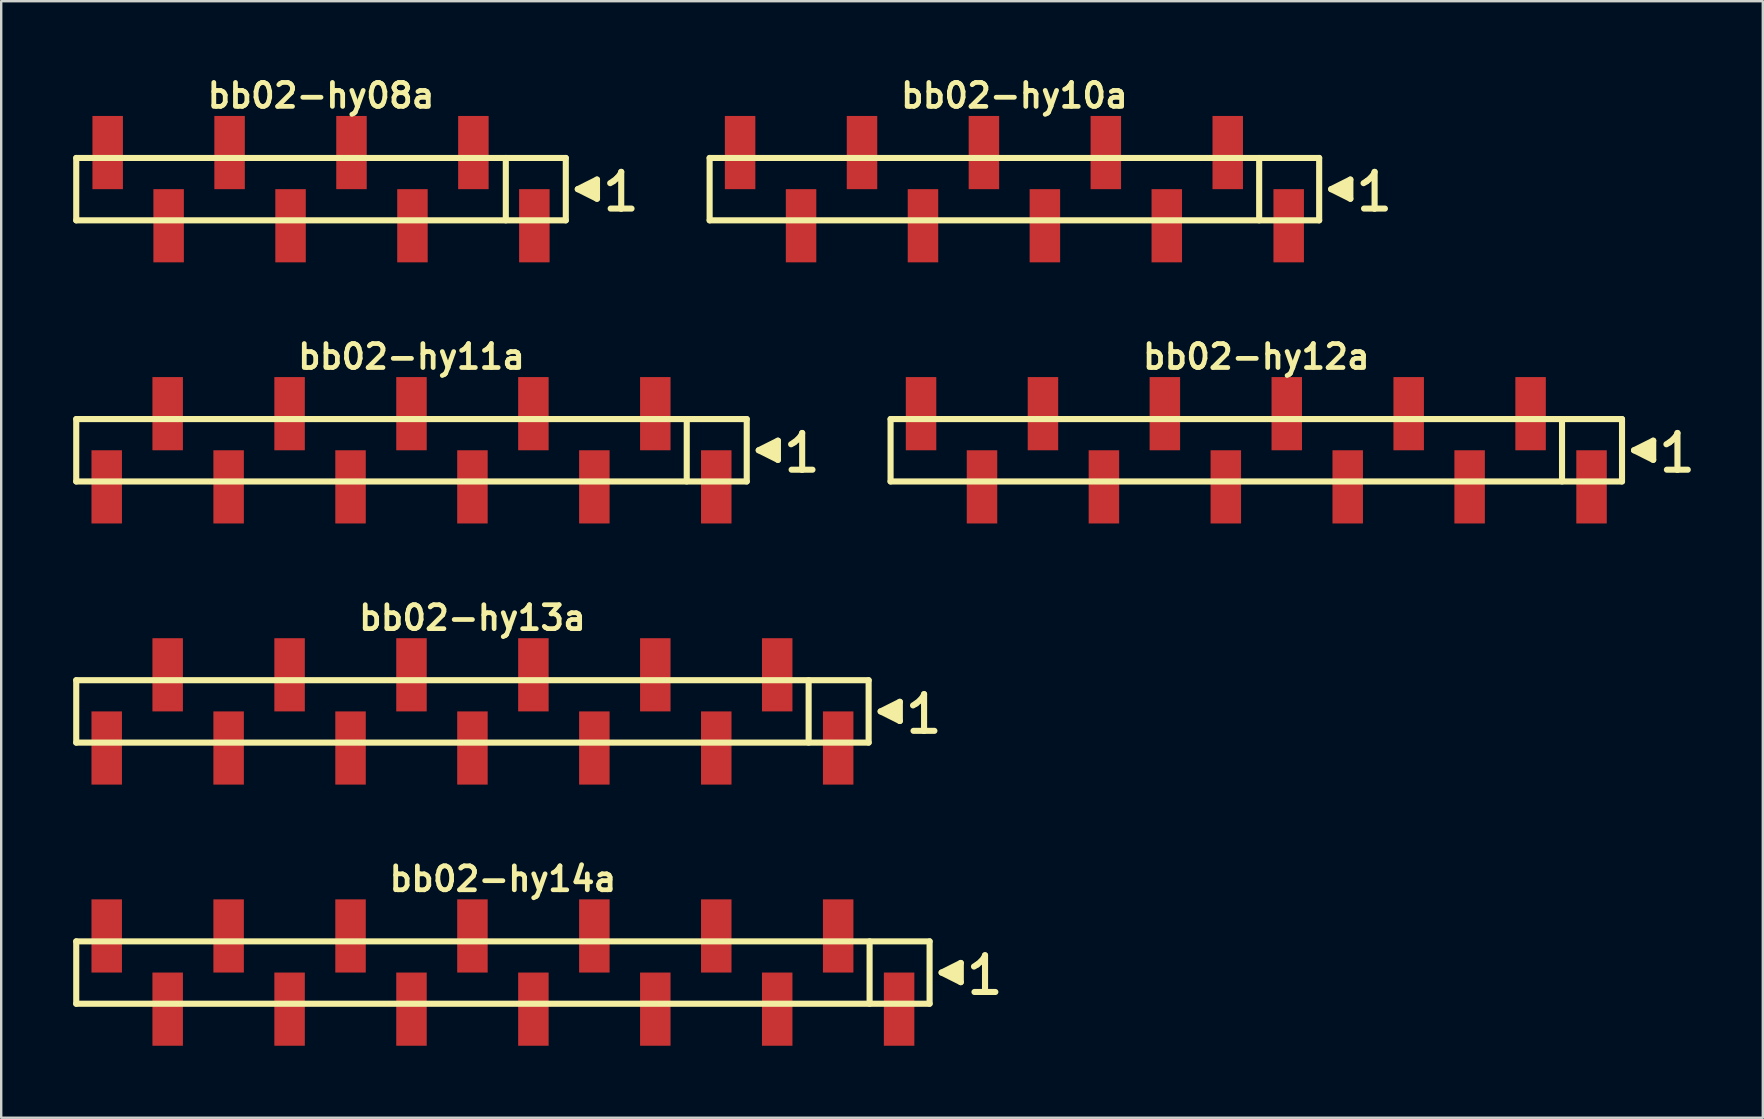
<source format=kicad_pcb>
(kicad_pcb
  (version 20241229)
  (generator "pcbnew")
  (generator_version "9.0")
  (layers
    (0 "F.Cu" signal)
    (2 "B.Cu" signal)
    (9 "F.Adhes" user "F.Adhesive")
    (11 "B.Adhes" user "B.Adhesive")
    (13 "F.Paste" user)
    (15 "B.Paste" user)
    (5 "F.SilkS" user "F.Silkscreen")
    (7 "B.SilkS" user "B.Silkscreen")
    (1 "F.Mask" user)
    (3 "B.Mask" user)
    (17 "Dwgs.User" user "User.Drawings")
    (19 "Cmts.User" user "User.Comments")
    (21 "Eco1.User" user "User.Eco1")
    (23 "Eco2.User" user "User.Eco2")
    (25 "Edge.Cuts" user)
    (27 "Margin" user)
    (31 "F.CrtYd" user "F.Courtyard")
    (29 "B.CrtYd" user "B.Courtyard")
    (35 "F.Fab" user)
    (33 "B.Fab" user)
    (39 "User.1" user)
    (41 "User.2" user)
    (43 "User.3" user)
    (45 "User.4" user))
  (footprint "bb02-hy10a"
    (layer "F.Cu")
    (at 39.221 4.832)
    (property "Reference" "bb02-hy10a" (at 0 -3.9 0) (layer "F.SilkS") (effects (font (size 0.998 0.998) (thickness 0.198))))
    (attr through_hole)
    (fp_line (start -12.7 -1.3) (end 12.7 -1.3) (stroke (width 0.254) (type solid)) (layer "F.SilkS"))
    (fp_line (start -12.7 1.3) (end -12.7 -1.3) (stroke (width 0.254) (type solid)) (layer "F.SilkS"))
    (fp_line (start 10.2 1.3) (end 10.2 -1.3) (stroke (width 0.254) (type solid)) (layer "F.SilkS"))
    (fp_line (start 12.7 -1.3) (end 12.7 1.3) (stroke (width 0.254) (type solid)) (layer "F.SilkS"))
    (fp_line (start 12.7 1.3) (end -12.7 1.3) (stroke (width 0.254) (type solid)) (layer "F.SilkS"))
    (fp_line (start 13.2 0) (end 14 0.4) (stroke (width 0.254) (type solid)) (layer "F.SilkS"))
    (fp_line (start 13.5 0.1) (end 13.5 -0.1) (stroke (width 0.254) (type solid)) (layer "F.SilkS"))
    (fp_line (start 13.6 -0.1) (end 13.6 0.1) (stroke (width 0.254) (type solid)) (layer "F.SilkS"))
    (fp_line (start 13.7 0.2) (end 13.7 -0.2) (stroke (width 0.254) (type solid)) (layer "F.SilkS"))
    (fp_line (start 13.8 -0.2) (end 13.8 0.2) (stroke (width 0.254) (type solid)) (layer "F.SilkS"))
    (fp_line (start 13.9 0.3) (end 13.9 -0.3) (stroke (width 0.254) (type solid)) (layer "F.SilkS"))
    (fp_line (start 14 -0.4) (end 13.2 0) (stroke (width 0.254) (type solid)) (layer "F.SilkS"))
    (fp_line (start 14 0.4) (end 14 -0.4) (stroke (width 0.254) (type solid)) (layer "F.SilkS"))
    (fp_line (start 14.55 -0.25) (end 14.68 -0.33) (stroke (width 0.254) (type solid)) (layer "F.SilkS"))
    (fp_line (start 14.68 -0.33) (end 14.84 -0.46) (stroke (width 0.254) (type solid)) (layer "F.SilkS"))
    (fp_line (start 14.84 -0.46) (end 14.98 -0.63) (stroke (width 0.254) (type solid)) (layer "F.SilkS"))
    (fp_line (start 14.98 -0.63) (end 15.01 -0.72) (stroke (width 0.254) (type solid)) (layer "F.SilkS"))
    (fp_line (start 15.01 -0.72) (end 15.01 0.81) (stroke (width 0.254) (type solid)) (layer "F.SilkS"))
    (fp_line (start 15.01 0.81) (end 14.57 0.81) (stroke (width 0.254) (type solid)) (layer "F.SilkS"))
    (fp_line (start 15.44 0.81) (end 15 0.81) (stroke (width 0.254) (type solid)) (layer "F.SilkS"))
    (pad "1" smd rect (at 11.43 1.525) (size 1.27 3.05) (layers "F.Cu" "F.Mask" "F.Paste"))
    (pad "2" smd rect (at 8.89 -1.525) (size 1.27 3.05) (layers "F.Cu" "F.Mask" "F.Paste"))
    (pad "3" smd rect (at 6.35 1.525) (size 1.27 3.05) (layers "F.Cu" "F.Mask" "F.Paste"))
    (pad "4" smd rect (at 3.81 -1.525) (size 1.27 3.05) (layers "F.Cu" "F.Mask" "F.Paste"))
    (pad "5" smd rect (at 1.27 1.525) (size 1.27 3.05) (layers "F.Cu" "F.Mask" "F.Paste"))
    (pad "6" smd rect (at -1.27 -1.525) (size 1.27 3.05) (layers "F.Cu" "F.Mask" "F.Paste"))
    (pad "7" smd rect (at -3.81 1.525) (size 1.27 3.05) (layers "F.Cu" "F.Mask" "F.Paste"))
    (pad "8" smd rect (at -6.35 -1.525) (size 1.27 3.05) (layers "F.Cu" "F.Mask" "F.Paste"))
    (pad "9" smd rect (at -8.89 1.525) (size 1.27 3.05) (layers "F.Cu" "F.Mask" "F.Paste"))
    (pad "10" smd rect (at -11.43 -1.525) (size 1.27 3.05) (layers "F.Cu" "F.Mask" "F.Paste")))
  (footprint "bb02-hy11a"
    (layer "F.Cu")
    (at 14.097 15.713)
    (property "Reference" "bb02-hy11a" (at 0 -3.9 0) (layer "F.SilkS") (effects (font (size 0.998 0.998) (thickness 0.198))))
    (attr through_hole)
    (fp_line (start -13.97 -1.3) (end 13.97 -1.3) (stroke (width 0.254) (type solid)) (layer "F.SilkS"))
    (fp_line (start -13.97 1.3) (end -13.97 -1.3) (stroke (width 0.254) (type solid)) (layer "F.SilkS"))
    (fp_line (start 11.47 1.3) (end 11.47 -1.3) (stroke (width 0.254) (type solid)) (layer "F.SilkS"))
    (fp_line (start 13.97 -1.3) (end 13.97 1.3) (stroke (width 0.254) (type solid)) (layer "F.SilkS"))
    (fp_line (start 13.97 1.3) (end -13.97 1.3) (stroke (width 0.254) (type solid)) (layer "F.SilkS"))
    (fp_line (start 14.47 0) (end 15.27 0.4) (stroke (width 0.254) (type solid)) (layer "F.SilkS"))
    (fp_line (start 14.77 0.1) (end 14.77 -0.1) (stroke (width 0.254) (type solid)) (layer "F.SilkS"))
    (fp_line (start 14.87 -0.1) (end 14.87 0.1) (stroke (width 0.254) (type solid)) (layer "F.SilkS"))
    (fp_line (start 14.97 0.2) (end 14.97 -0.2) (stroke (width 0.254) (type solid)) (layer "F.SilkS"))
    (fp_line (start 15.07 -0.2) (end 15.07 0.2) (stroke (width 0.254) (type solid)) (layer "F.SilkS"))
    (fp_line (start 15.17 0.3) (end 15.17 -0.3) (stroke (width 0.254) (type solid)) (layer "F.SilkS"))
    (fp_line (start 15.27 -0.4) (end 14.47 0) (stroke (width 0.254) (type solid)) (layer "F.SilkS"))
    (fp_line (start 15.27 0.4) (end 15.27 -0.4) (stroke (width 0.254) (type solid)) (layer "F.SilkS"))
    (fp_line (start 15.82 -0.25) (end 15.95 -0.33) (stroke (width 0.254) (type solid)) (layer "F.SilkS"))
    (fp_line (start 15.95 -0.33) (end 16.11 -0.46) (stroke (width 0.254) (type solid)) (layer "F.SilkS"))
    (fp_line (start 16.11 -0.46) (end 16.25 -0.63) (stroke (width 0.254) (type solid)) (layer "F.SilkS"))
    (fp_line (start 16.25 -0.63) (end 16.28 -0.72) (stroke (width 0.254) (type solid)) (layer "F.SilkS"))
    (fp_line (start 16.28 -0.72) (end 16.28 0.81) (stroke (width 0.254) (type solid)) (layer "F.SilkS"))
    (fp_line (start 16.28 0.81) (end 15.84 0.81) (stroke (width 0.254) (type solid)) (layer "F.SilkS"))
    (fp_line (start 16.71 0.81) (end 16.27 0.81) (stroke (width 0.254) (type solid)) (layer "F.SilkS"))
    (pad "1" smd rect (at 12.7 1.525) (size 1.27 3.05) (layers "F.Cu" "F.Mask" "F.Paste"))
    (pad "2" smd rect (at 10.16 -1.525) (size 1.27 3.05) (layers "F.Cu" "F.Mask" "F.Paste"))
    (pad "3" smd rect (at 7.62 1.525) (size 1.27 3.05) (layers "F.Cu" "F.Mask" "F.Paste"))
    (pad "4" smd rect (at 5.08 -1.525) (size 1.27 3.05) (layers "F.Cu" "F.Mask" "F.Paste"))
    (pad "5" smd rect (at 2.54 1.525) (size 1.27 3.05) (layers "F.Cu" "F.Mask" "F.Paste"))
    (pad "6" smd rect (at 0 -1.525) (size 1.27 3.05) (layers "F.Cu" "F.Mask" "F.Paste"))
    (pad "7" smd rect (at -2.54 1.525) (size 1.27 3.05) (layers "F.Cu" "F.Mask" "F.Paste"))
    (pad "8" smd rect (at -5.08 -1.525) (size 1.27 3.05) (layers "F.Cu" "F.Mask" "F.Paste"))
    (pad "9" smd rect (at -7.62 1.525) (size 1.27 3.05) (layers "F.Cu" "F.Mask" "F.Paste"))
    (pad "10" smd rect (at -10.16 -1.525) (size 1.27 3.05) (layers "F.Cu" "F.Mask" "F.Paste"))
    (pad "11" smd rect (at -12.7 1.525) (size 1.27 3.05) (layers "F.Cu" "F.Mask" "F.Paste")))
  (footprint "bb02-hy13a"
    (layer "F.Cu")
    (at 16.637 26.595)
    (property "Reference" "bb02-hy13a" (at 0 -3.9 0) (layer "F.SilkS") (effects (font (size 0.998 0.998) (thickness 0.198))))
    (attr through_hole)
    (fp_line (start -16.51 -1.3) (end 16.51 -1.3) (stroke (width 0.254) (type solid)) (layer "F.SilkS"))
    (fp_line (start -16.51 1.3) (end -16.51 -1.3) (stroke (width 0.254) (type solid)) (layer "F.SilkS"))
    (fp_line (start 14.01 1.3) (end 14.01 -1.3) (stroke (width 0.254) (type solid)) (layer "F.SilkS"))
    (fp_line (start 16.51 -1.3) (end 16.51 1.3) (stroke (width 0.254) (type solid)) (layer "F.SilkS"))
    (fp_line (start 16.51 1.3) (end -16.51 1.3) (stroke (width 0.254) (type solid)) (layer "F.SilkS"))
    (fp_line (start 17.01 0) (end 17.81 0.4) (stroke (width 0.254) (type solid)) (layer "F.SilkS"))
    (fp_line (start 17.31 0.1) (end 17.31 -0.1) (stroke (width 0.254) (type solid)) (layer "F.SilkS"))
    (fp_line (start 17.41 -0.1) (end 17.41 0.1) (stroke (width 0.254) (type solid)) (layer "F.SilkS"))
    (fp_line (start 17.51 0.2) (end 17.51 -0.2) (stroke (width 0.254) (type solid)) (layer "F.SilkS"))
    (fp_line (start 17.61 -0.2) (end 17.61 0.2) (stroke (width 0.254) (type solid)) (layer "F.SilkS"))
    (fp_line (start 17.71 0.3) (end 17.71 -0.3) (stroke (width 0.254) (type solid)) (layer "F.SilkS"))
    (fp_line (start 17.81 -0.4) (end 17.01 0) (stroke (width 0.254) (type solid)) (layer "F.SilkS"))
    (fp_line (start 17.81 0.4) (end 17.81 -0.4) (stroke (width 0.254) (type solid)) (layer "F.SilkS"))
    (fp_line (start 18.36 -0.25) (end 18.49 -0.33) (stroke (width 0.254) (type solid)) (layer "F.SilkS"))
    (fp_line (start 18.49 -0.33) (end 18.65 -0.46) (stroke (width 0.254) (type solid)) (layer "F.SilkS"))
    (fp_line (start 18.65 -0.46) (end 18.79 -0.63) (stroke (width 0.254) (type solid)) (layer "F.SilkS"))
    (fp_line (start 18.79 -0.63) (end 18.82 -0.72) (stroke (width 0.254) (type solid)) (layer "F.SilkS"))
    (fp_line (start 18.82 -0.72) (end 18.82 0.81) (stroke (width 0.254) (type solid)) (layer "F.SilkS"))
    (fp_line (start 18.82 0.81) (end 18.38 0.81) (stroke (width 0.254) (type solid)) (layer "F.SilkS"))
    (fp_line (start 19.25 0.81) (end 18.81 0.81) (stroke (width 0.254) (type solid)) (layer "F.SilkS"))
    (pad "1" smd rect (at 15.24 1.525) (size 1.27 3.05) (layers "F.Cu" "F.Mask" "F.Paste"))
    (pad "2" smd rect (at 12.7 -1.525) (size 1.27 3.05) (layers "F.Cu" "F.Mask" "F.Paste"))
    (pad "3" smd rect (at 10.16 1.525) (size 1.27 3.05) (layers "F.Cu" "F.Mask" "F.Paste"))
    (pad "4" smd rect (at 7.62 -1.525) (size 1.27 3.05) (layers "F.Cu" "F.Mask" "F.Paste"))
    (pad "5" smd rect (at 5.08 1.525) (size 1.27 3.05) (layers "F.Cu" "F.Mask" "F.Paste"))
    (pad "6" smd rect (at 2.54 -1.525) (size 1.27 3.05) (layers "F.Cu" "F.Mask" "F.Paste"))
    (pad "7" smd rect (at 0 1.525) (size 1.27 3.05) (layers "F.Cu" "F.Mask" "F.Paste"))
    (pad "8" smd rect (at -2.54 -1.525) (size 1.27 3.05) (layers "F.Cu" "F.Mask" "F.Paste"))
    (pad "9" smd rect (at -5.08 1.525) (size 1.27 3.05) (layers "F.Cu" "F.Mask" "F.Paste"))
    (pad "10" smd rect (at -7.62 -1.525) (size 1.27 3.05) (layers "F.Cu" "F.Mask" "F.Paste"))
    (pad "11" smd rect (at -10.16 1.525) (size 1.27 3.05) (layers "F.Cu" "F.Mask" "F.Paste"))
    (pad "12" smd rect (at -12.7 -1.525) (size 1.27 3.05) (layers "F.Cu" "F.Mask" "F.Paste"))
    (pad "13" smd rect (at -15.24 1.525) (size 1.27 3.05) (layers "F.Cu" "F.Mask" "F.Paste")))
  (footprint "bb02-hy08a"
    (layer "F.Cu")
    (at 10.327 4.832)
    (property "Reference" "bb02-hy08a" (at 0 -3.9 0) (layer "F.SilkS") (effects (font (size 0.998 0.998) (thickness 0.198))))
    (attr through_hole)
    (fp_line (start -10.2 -1.3) (end 10.2 -1.3) (stroke (width 0.254) (type solid)) (layer "F.SilkS"))
    (fp_line (start -10.2 1.3) (end -10.2 -1.3) (stroke (width 0.254) (type solid)) (layer "F.SilkS"))
    (fp_line (start 7.7 1.3) (end 7.7 -1.3) (stroke (width 0.254) (type solid)) (layer "F.SilkS"))
    (fp_line (start 10.2 -1.3) (end 10.2 1.3) (stroke (width 0.254) (type solid)) (layer "F.SilkS"))
    (fp_line (start 10.2 1.3) (end -10.2 1.3) (stroke (width 0.254) (type solid)) (layer "F.SilkS"))
    (fp_line (start 10.7 0) (end 11.5 0.4) (stroke (width 0.254) (type solid)) (layer "F.SilkS"))
    (fp_line (start 11 0.1) (end 11 -0.1) (stroke (width 0.254) (type solid)) (layer "F.SilkS"))
    (fp_line (start 11.1 -0.1) (end 11.1 0.1) (stroke (width 0.254) (type solid)) (layer "F.SilkS"))
    (fp_line (start 11.2 0.2) (end 11.2 -0.2) (stroke (width 0.254) (type solid)) (layer "F.SilkS"))
    (fp_line (start 11.3 -0.2) (end 11.3 0.2) (stroke (width 0.254) (type solid)) (layer "F.SilkS"))
    (fp_line (start 11.4 0.3) (end 11.4 -0.3) (stroke (width 0.254) (type solid)) (layer "F.SilkS"))
    (fp_line (start 11.5 -0.4) (end 10.7 0) (stroke (width 0.254) (type solid)) (layer "F.SilkS"))
    (fp_line (start 11.5 0.4) (end 11.5 -0.4) (stroke (width 0.254) (type solid)) (layer "F.SilkS"))
    (fp_line (start 12.05 -0.25) (end 12.18 -0.33) (stroke (width 0.254) (type solid)) (layer "F.SilkS"))
    (fp_line (start 12.18 -0.33) (end 12.34 -0.46) (stroke (width 0.254) (type solid)) (layer "F.SilkS"))
    (fp_line (start 12.34 -0.46) (end 12.48 -0.63) (stroke (width 0.254) (type solid)) (layer "F.SilkS"))
    (fp_line (start 12.48 -0.63) (end 12.51 -0.72) (stroke (width 0.254) (type solid)) (layer "F.SilkS"))
    (fp_line (start 12.51 -0.72) (end 12.51 0.81) (stroke (width 0.254) (type solid)) (layer "F.SilkS"))
    (fp_line (start 12.51 0.81) (end 12.07 0.81) (stroke (width 0.254) (type solid)) (layer "F.SilkS"))
    (fp_line (start 12.94 0.81) (end 12.5 0.81) (stroke (width 0.254) (type solid)) (layer "F.SilkS"))
    (pad "1" smd rect (at 8.89 1.525) (size 1.27 3.05) (layers "F.Cu" "F.Mask" "F.Paste"))
    (pad "2" smd rect (at 6.35 -1.525) (size 1.27 3.05) (layers "F.Cu" "F.Mask" "F.Paste"))
    (pad "3" smd rect (at 3.81 1.525) (size 1.27 3.05) (layers "F.Cu" "F.Mask" "F.Paste"))
    (pad "4" smd rect (at 1.27 -1.525) (size 1.27 3.05) (layers "F.Cu" "F.Mask" "F.Paste"))
    (pad "5" smd rect (at -1.27 1.525) (size 1.27 3.05) (layers "F.Cu" "F.Mask" "F.Paste"))
    (pad "6" smd rect (at -3.81 -1.525) (size 1.27 3.05) (layers "F.Cu" "F.Mask" "F.Paste"))
    (pad "7" smd rect (at -6.35 1.525) (size 1.27 3.05) (layers "F.Cu" "F.Mask" "F.Paste"))
    (pad "8" smd rect (at -8.89 -1.525) (size 1.27 3.05) (layers "F.Cu" "F.Mask" "F.Paste")))
  (footprint "bb02-hy14a"
    (layer "F.Cu")
    (at 17.907 37.477)
    (property "Reference" "bb02-hy14a" (at 0 -3.9 0) (layer "F.SilkS") (effects (font (size 0.998 0.998) (thickness 0.198))))
    (attr through_hole)
    (fp_line (start -17.78 -1.3) (end 17.78 -1.3) (stroke (width 0.254) (type solid)) (layer "F.SilkS"))
    (fp_line (start -17.78 1.3) (end -17.78 -1.3) (stroke (width 0.254) (type solid)) (layer "F.SilkS"))
    (fp_line (start 15.28 1.3) (end 15.28 -1.3) (stroke (width 0.254) (type solid)) (layer "F.SilkS"))
    (fp_line (start 17.78 -1.3) (end 17.78 1.3) (stroke (width 0.254) (type solid)) (layer "F.SilkS"))
    (fp_line (start 17.78 1.3) (end -17.78 1.3) (stroke (width 0.254) (type solid)) (layer "F.SilkS"))
    (fp_line (start 18.28 0) (end 19.08 0.4) (stroke (width 0.254) (type solid)) (layer "F.SilkS"))
    (fp_line (start 18.58 0.1) (end 18.58 -0.1) (stroke (width 0.254) (type solid)) (layer "F.SilkS"))
    (fp_line (start 18.68 -0.1) (end 18.68 0.1) (stroke (width 0.254) (type solid)) (layer "F.SilkS"))
    (fp_line (start 18.78 0.2) (end 18.78 -0.2) (stroke (width 0.254) (type solid)) (layer "F.SilkS"))
    (fp_line (start 18.88 -0.2) (end 18.88 0.2) (stroke (width 0.254) (type solid)) (layer "F.SilkS"))
    (fp_line (start 18.98 0.3) (end 18.98 -0.3) (stroke (width 0.254) (type solid)) (layer "F.SilkS"))
    (fp_line (start 19.08 -0.4) (end 18.28 0) (stroke (width 0.254) (type solid)) (layer "F.SilkS"))
    (fp_line (start 19.08 0.4) (end 19.08 -0.4) (stroke (width 0.254) (type solid)) (layer "F.SilkS"))
    (fp_line (start 19.63 -0.25) (end 19.76 -0.33) (stroke (width 0.254) (type solid)) (layer "F.SilkS"))
    (fp_line (start 19.76 -0.33) (end 19.92 -0.46) (stroke (width 0.254) (type solid)) (layer "F.SilkS"))
    (fp_line (start 19.92 -0.46) (end 20.06 -0.63) (stroke (width 0.254) (type solid)) (layer "F.SilkS"))
    (fp_line (start 20.06 -0.63) (end 20.09 -0.72) (stroke (width 0.254) (type solid)) (layer "F.SilkS"))
    (fp_line (start 20.09 -0.72) (end 20.09 0.81) (stroke (width 0.254) (type solid)) (layer "F.SilkS"))
    (fp_line (start 20.09 0.81) (end 19.65 0.81) (stroke (width 0.254) (type solid)) (layer "F.SilkS"))
    (fp_line (start 20.52 0.81) (end 20.08 0.81) (stroke (width 0.254) (type solid)) (layer "F.SilkS"))
    (pad "1" smd rect (at 16.51 1.525) (size 1.27 3.05) (layers "F.Cu" "F.Mask" "F.Paste"))
    (pad "2" smd rect (at 13.97 -1.525) (size 1.27 3.05) (layers "F.Cu" "F.Mask" "F.Paste"))
    (pad "3" smd rect (at 11.43 1.525) (size 1.27 3.05) (layers "F.Cu" "F.Mask" "F.Paste"))
    (pad "4" smd rect (at 8.89 -1.525) (size 1.27 3.05) (layers "F.Cu" "F.Mask" "F.Paste"))
    (pad "5" smd rect (at 6.35 1.525) (size 1.27 3.05) (layers "F.Cu" "F.Mask" "F.Paste"))
    (pad "6" smd rect (at 3.81 -1.525) (size 1.27 3.05) (layers "F.Cu" "F.Mask" "F.Paste"))
    (pad "7" smd rect (at 1.27 1.525) (size 1.27 3.05) (layers "F.Cu" "F.Mask" "F.Paste"))
    (pad "8" smd rect (at -1.27 -1.525) (size 1.27 3.05) (layers "F.Cu" "F.Mask" "F.Paste"))
    (pad "9" smd rect (at -3.81 1.525) (size 1.27 3.05) (layers "F.Cu" "F.Mask" "F.Paste"))
    (pad "10" smd rect (at -6.35 -1.525) (size 1.27 3.05) (layers "F.Cu" "F.Mask" "F.Paste"))
    (pad "11" smd rect (at -8.89 1.525) (size 1.27 3.05) (layers "F.Cu" "F.Mask" "F.Paste"))
    (pad "12" smd rect (at -11.43 -1.525) (size 1.27 3.05) (layers "F.Cu" "F.Mask" "F.Paste"))
    (pad "13" smd rect (at -13.97 1.525) (size 1.27 3.05) (layers "F.Cu" "F.Mask" "F.Paste"))
    (pad "14" smd rect (at -16.51 -1.525) (size 1.27 3.05) (layers "F.Cu" "F.Mask" "F.Paste")))
  (footprint "bb02-hy12a"
    (layer "F.Cu")
    (at 49.301 15.713)
    (property "Reference" "bb02-hy12a" (at 0 -3.9 0) (layer "F.SilkS") (effects (font (size 0.998 0.998) (thickness 0.198))))
    (attr through_hole)
    (fp_line (start -15.24 -1.3) (end 15.24 -1.3) (stroke (width 0.254) (type solid)) (layer "F.SilkS"))
    (fp_line (start -15.24 1.3) (end -15.24 -1.3) (stroke (width 0.254) (type solid)) (layer "F.SilkS"))
    (fp_line (start 12.74 1.3) (end 12.74 -1.3) (stroke (width 0.254) (type solid)) (layer "F.SilkS"))
    (fp_line (start 15.24 -1.3) (end 15.24 1.3) (stroke (width 0.254) (type solid)) (layer "F.SilkS"))
    (fp_line (start 15.24 1.3) (end -15.24 1.3) (stroke (width 0.254) (type solid)) (layer "F.SilkS"))
    (fp_line (start 15.74 0) (end 16.54 0.4) (stroke (width 0.254) (type solid)) (layer "F.SilkS"))
    (fp_line (start 16.04 0.1) (end 16.04 -0.1) (stroke (width 0.254) (type solid)) (layer "F.SilkS"))
    (fp_line (start 16.14 -0.1) (end 16.14 0.1) (stroke (width 0.254) (type solid)) (layer "F.SilkS"))
    (fp_line (start 16.24 0.2) (end 16.24 -0.2) (stroke (width 0.254) (type solid)) (layer "F.SilkS"))
    (fp_line (start 16.34 -0.2) (end 16.34 0.2) (stroke (width 0.254) (type solid)) (layer "F.SilkS"))
    (fp_line (start 16.44 0.3) (end 16.44 -0.3) (stroke (width 0.254) (type solid)) (layer "F.SilkS"))
    (fp_line (start 16.54 -0.4) (end 15.74 0) (stroke (width 0.254) (type solid)) (layer "F.SilkS"))
    (fp_line (start 16.54 0.4) (end 16.54 -0.4) (stroke (width 0.254) (type solid)) (layer "F.SilkS"))
    (fp_line (start 17.09 -0.25) (end 17.22 -0.33) (stroke (width 0.254) (type solid)) (layer "F.SilkS"))
    (fp_line (start 17.22 -0.33) (end 17.38 -0.46) (stroke (width 0.254) (type solid)) (layer "F.SilkS"))
    (fp_line (start 17.38 -0.46) (end 17.52 -0.63) (stroke (width 0.254) (type solid)) (layer "F.SilkS"))
    (fp_line (start 17.52 -0.63) (end 17.55 -0.72) (stroke (width 0.254) (type solid)) (layer "F.SilkS"))
    (fp_line (start 17.55 -0.72) (end 17.55 0.81) (stroke (width 0.254) (type solid)) (layer "F.SilkS"))
    (fp_line (start 17.55 0.81) (end 17.11 0.81) (stroke (width 0.254) (type solid)) (layer "F.SilkS"))
    (fp_line (start 17.98 0.81) (end 17.54 0.81) (stroke (width 0.254) (type solid)) (layer "F.SilkS"))
    (pad "1" smd rect (at 13.97 1.525) (size 1.27 3.05) (layers "F.Cu" "F.Mask" "F.Paste"))
    (pad "2" smd rect (at 11.43 -1.525) (size 1.27 3.05) (layers "F.Cu" "F.Mask" "F.Paste"))
    (pad "3" smd rect (at 8.89 1.525) (size 1.27 3.05) (layers "F.Cu" "F.Mask" "F.Paste"))
    (pad "4" smd rect (at 6.35 -1.525) (size 1.27 3.05) (layers "F.Cu" "F.Mask" "F.Paste"))
    (pad "5" smd rect (at 3.81 1.525) (size 1.27 3.05) (layers "F.Cu" "F.Mask" "F.Paste"))
    (pad "6" smd rect (at 1.27 -1.525) (size 1.27 3.05) (layers "F.Cu" "F.Mask" "F.Paste"))
    (pad "7" smd rect (at -1.27 1.525) (size 1.27 3.05) (layers "F.Cu" "F.Mask" "F.Paste"))
    (pad "8" smd rect (at -3.81 -1.525) (size 1.27 3.05) (layers "F.Cu" "F.Mask" "F.Paste"))
    (pad "9" smd rect (at -6.35 1.525) (size 1.27 3.05) (layers "F.Cu" "F.Mask" "F.Paste"))
    (pad "10" smd rect (at -8.89 -1.525) (size 1.27 3.05) (layers "F.Cu" "F.Mask" "F.Paste"))
    (pad "11" smd rect (at -11.43 1.525) (size 1.27 3.05) (layers "F.Cu" "F.Mask" "F.Paste"))
    (pad "12" smd rect (at -13.97 -1.525) (size 1.27 3.05) (layers "F.Cu" "F.Mask" "F.Paste")))
  (gr_rect
    (start -3 -3)
    (end 70.408 43.527)
    (stroke (width 0.1) (type default))
    (fill no)
    (layer "Edge.Cuts")))
</source>
